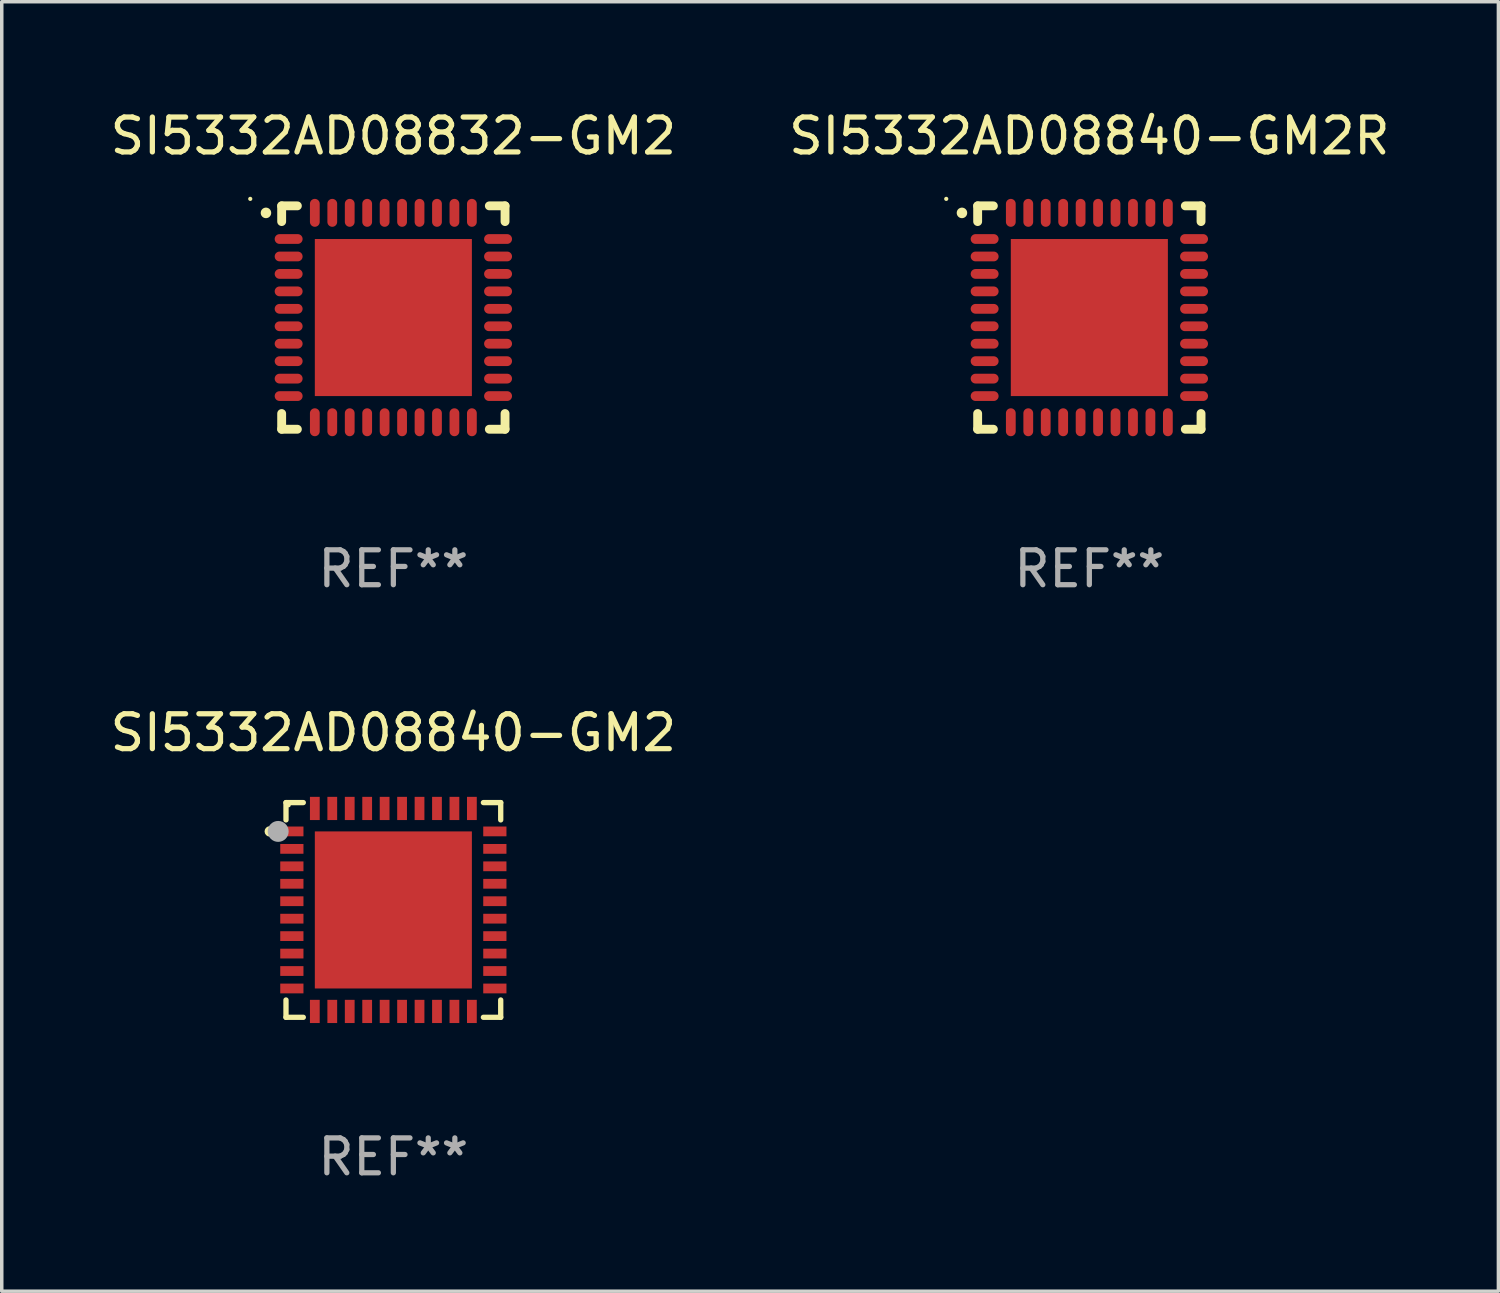
<source format=kicad_pcb>
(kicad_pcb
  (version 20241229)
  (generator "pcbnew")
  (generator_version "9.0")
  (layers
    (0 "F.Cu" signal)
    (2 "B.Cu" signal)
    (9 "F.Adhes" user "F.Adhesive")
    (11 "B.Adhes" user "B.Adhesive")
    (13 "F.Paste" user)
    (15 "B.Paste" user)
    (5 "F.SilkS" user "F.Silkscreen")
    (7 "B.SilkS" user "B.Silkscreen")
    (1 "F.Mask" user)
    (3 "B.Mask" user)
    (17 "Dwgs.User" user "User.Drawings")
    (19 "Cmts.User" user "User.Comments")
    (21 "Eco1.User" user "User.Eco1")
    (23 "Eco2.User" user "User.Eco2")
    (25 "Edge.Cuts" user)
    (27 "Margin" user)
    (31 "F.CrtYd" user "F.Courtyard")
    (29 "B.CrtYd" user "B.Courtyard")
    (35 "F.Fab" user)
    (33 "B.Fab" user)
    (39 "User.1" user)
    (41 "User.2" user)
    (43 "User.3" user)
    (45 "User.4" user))
  (footprint "SI5332AD08840-GM2R"
    (layer "F.Cu")
    (at 28.161 6.048)
    (property "Reference" "SI5332AD08840-GM2R" (at 0 -5.2 0) (layer "F.SilkS") (effects (font (size 1 1) (thickness 0.15))))
    (attr through_hole)
    (fp_line (start -3.2 -3.2) (end -2.75 -3.2) (stroke (width 0.254) (type solid)) (layer "F.SilkS"))
    (fp_line (start -3.2 -2.75) (end -3.2 -3.2) (stroke (width 0.254) (type solid)) (layer "F.SilkS"))
    (fp_line (start -3.2 3.2) (end -3.2 2.75) (stroke (width 0.254) (type solid)) (layer "F.SilkS"))
    (fp_line (start -2.75 3.2) (end -3.2 3.2) (stroke (width 0.254) (type solid)) (layer "F.SilkS"))
    (fp_line (start 2.75 3.2) (end 3.2 3.2) (stroke (width 0.254) (type solid)) (layer "F.SilkS"))
    (fp_line (start 3.2 -3.2) (end 2.75 -3.2) (stroke (width 0.254) (type solid)) (layer "F.SilkS"))
    (fp_line (start 3.2 -2.75) (end 3.2 -3.2) (stroke (width 0.254) (type solid)) (layer "F.SilkS"))
    (fp_line (start 3.2 3.2) (end 3.2 2.75) (stroke (width 0.254) (type solid)) (layer "F.SilkS"))
    (fp_arc (start -3.649987 -2.997206) (mid -3.649992 -2.998476) (end -3.649987 -2.999746) (stroke (width 0.3) (type solid)) (layer "F.SilkS"))
    (fp_circle (center -4.1 -3.4) (end -4.07 -3.4) (stroke (width 0.06) (type solid)) (fill no) (layer "F.SilkS"))
    (fp_text user "REF**" (at 0 7.2 0) (layer "F.Fab") (effects (font (size 1 1) (thickness 0.15))))
    (pad "1" smd oval (at -3 -2.25 90) (size 0.28 0.8) (layers "F.Cu" "F.Mask" "F.Paste"))
    (pad "2" smd oval (at -3 -1.75 90) (size 0.28 0.8) (layers "F.Cu" "F.Mask" "F.Paste"))
    (pad "3" smd oval (at -3 -1.25 90) (size 0.28 0.8) (layers "F.Cu" "F.Mask" "F.Paste"))
    (pad "4" smd oval (at -3 -0.75 90) (size 0.28 0.8) (layers "F.Cu" "F.Mask" "F.Paste"))
    (pad "5" smd oval (at -3 -0.25 90) (size 0.28 0.8) (layers "F.Cu" "F.Mask" "F.Paste"))
    (pad "6" smd oval (at -3 0.25 90) (size 0.28 0.8) (layers "F.Cu" "F.Mask" "F.Paste"))
    (pad "7" smd oval (at -3 0.75 90) (size 0.28 0.8) (layers "F.Cu" "F.Mask" "F.Paste"))
    (pad "8" smd oval (at -3 1.25 90) (size 0.28 0.8) (layers "F.Cu" "F.Mask" "F.Paste"))
    (pad "9" smd oval (at -3 1.75 90) (size 0.28 0.8) (layers "F.Cu" "F.Mask" "F.Paste"))
    (pad "10" smd oval (at -3 2.25 90) (size 0.28 0.8) (layers "F.Cu" "F.Mask" "F.Paste"))
    (pad "11" smd oval (at -2.25 3) (size 0.28 0.8) (layers "F.Cu" "F.Mask" "F.Paste"))
    (pad "12" smd oval (at -1.75 3) (size 0.28 0.8) (layers "F.Cu" "F.Mask" "F.Paste"))
    (pad "13" smd oval (at -1.25 3) (size 0.28 0.8) (layers "F.Cu" "F.Mask" "F.Paste"))
    (pad "14" smd oval (at -0.75 3) (size 0.28 0.8) (layers "F.Cu" "F.Mask" "F.Paste"))
    (pad "15" smd oval (at -0.25 3) (size 0.28 0.8) (layers "F.Cu" "F.Mask" "F.Paste"))
    (pad "16" smd oval (at 0.25 3) (size 0.28 0.8) (layers "F.Cu" "F.Mask" "F.Paste"))
    (pad "17" smd oval (at 0.75 3) (size 0.28 0.8) (layers "F.Cu" "F.Mask" "F.Paste"))
    (pad "18" smd oval (at 1.25 3) (size 0.28 0.8) (layers "F.Cu" "F.Mask" "F.Paste"))
    (pad "19" smd oval (at 1.75 3) (size 0.28 0.8) (layers "F.Cu" "F.Mask" "F.Paste"))
    (pad "20" smd oval (at 2.25 3) (size 0.28 0.8) (layers "F.Cu" "F.Mask" "F.Paste"))
    (pad "21" smd oval (at 3 2.25 90) (size 0.28 0.8) (layers "F.Cu" "F.Mask" "F.Paste"))
    (pad "22" smd oval (at 3 1.75 90) (size 0.28 0.8) (layers "F.Cu" "F.Mask" "F.Paste"))
    (pad "23" smd oval (at 3 1.25 90) (size 0.28 0.8) (layers "F.Cu" "F.Mask" "F.Paste"))
    (pad "24" smd oval (at 3 0.75 90) (size 0.28 0.8) (layers "F.Cu" "F.Mask" "F.Paste"))
    (pad "25" smd oval (at 3 0.25 90) (size 0.28 0.8) (layers "F.Cu" "F.Mask" "F.Paste"))
    (pad "26" smd oval (at 3 -0.25 90) (size 0.28 0.8) (layers "F.Cu" "F.Mask" "F.Paste"))
    (pad "27" smd oval (at 3 -0.75 90) (size 0.28 0.8) (layers "F.Cu" "F.Mask" "F.Paste"))
    (pad "28" smd oval (at 3 -1.25 90) (size 0.28 0.8) (layers "F.Cu" "F.Mask" "F.Paste"))
    (pad "29" smd oval (at 3 -1.75 90) (size 0.28 0.8) (layers "F.Cu" "F.Mask" "F.Paste"))
    (pad "30" smd oval (at 3 -2.25 90) (size 0.28 0.8) (layers "F.Cu" "F.Mask" "F.Paste"))
    (pad "31" smd oval (at 2.25 -3) (size 0.28 0.8) (layers "F.Cu" "F.Mask" "F.Paste"))
    (pad "32" smd oval (at 1.75 -3) (size 0.28 0.8) (layers "F.Cu" "F.Mask" "F.Paste"))
    (pad "33" smd oval (at 1.25 -3) (size 0.28 0.8) (layers "F.Cu" "F.Mask" "F.Paste"))
    (pad "34" smd oval (at 0.75 -3) (size 0.28 0.8) (layers "F.Cu" "F.Mask" "F.Paste"))
    (pad "35" smd oval (at 0.25 -3) (size 0.28 0.8) (layers "F.Cu" "F.Mask" "F.Paste"))
    (pad "36" smd oval (at -0.25 -3) (size 0.28 0.8) (layers "F.Cu" "F.Mask" "F.Paste"))
    (pad "37" smd oval (at -0.75 -3) (size 0.28 0.8) (layers "F.Cu" "F.Mask" "F.Paste"))
    (pad "38" smd oval (at -1.25 -3) (size 0.28 0.8) (layers "F.Cu" "F.Mask" "F.Paste"))
    (pad "39" smd oval (at -1.75 -3) (size 0.28 0.8) (layers "F.Cu" "F.Mask" "F.Paste"))
    (pad "40" smd oval (at -2.25 -3) (size 0.28 0.8) (layers "F.Cu" "F.Mask" "F.Paste"))
    (pad "41" smd rect (at 0 0) (size 4.5 4.5) (layers "F.Cu" "F.Mask" "F.Paste")))
  (footprint "SI5332AD08840-GM2"
    (layer "F.Cu")
    (at 8.22 23.021)
    (property "Reference" "SI5332AD08840-GM2" (at 0 -5.076 0) (layer "F.SilkS") (effects (font (size 1 1) (thickness 0.15))))
    (attr through_hole)
    (fp_line (start -3.076 -3.076) (end -3.076 -2.58) (stroke (width 0.152) (type solid)) (layer "F.SilkS"))
    (fp_line (start -3.076 3.076) (end -3.076 2.58) (stroke (width 0.152) (type solid)) (layer "F.SilkS"))
    (fp_line (start -2.58 -3.076) (end -3.076 -3.076) (stroke (width 0.152) (type solid)) (layer "F.SilkS"))
    (fp_line (start -2.58 3.076) (end -3.076 3.076) (stroke (width 0.152) (type solid)) (layer "F.SilkS"))
    (fp_line (start 2.58 -3.076) (end 3.076 -3.076) (stroke (width 0.152) (type solid)) (layer "F.SilkS"))
    (fp_line (start 2.58 3.076) (end 3.076 3.076) (stroke (width 0.152) (type solid)) (layer "F.SilkS"))
    (fp_line (start 3.076 -3.076) (end 3.076 -2.58) (stroke (width 0.152) (type solid)) (layer "F.SilkS"))
    (fp_line (start 3.076 3.076) (end 3.076 2.58) (stroke (width 0.152) (type solid)) (layer "F.SilkS"))
    (fp_circle (center -3.54 -2.25) (end -3.465 -2.25) (stroke (width 0.15) (type solid)) (fill no) (layer "F.SilkS"))
    (fp_circle (center -3 -3) (end -2.97 -3) (stroke (width 0.06) (type solid)) (fill no) (layer "F.SilkS"))
    (fp_circle (center -3.3 -2.25) (end -3.15 -2.25) (stroke (width 0.3) (type solid)) (fill no) (layer "F.Fab"))
    (fp_text user "REF**" (at 0 7.076 0) (layer "F.Fab") (effects (font (size 1 1) (thickness 0.15))))
    (pad "1" smd rect (at -2.908 -2.25) (size 0.665 0.28) (layers "F.Cu" "F.Mask" "F.Paste"))
    (pad "2" smd rect (at -2.908 -1.75) (size 0.665 0.28) (layers "F.Cu" "F.Mask" "F.Paste"))
    (pad "3" smd rect (at -2.908 -1.25) (size 0.665 0.28) (layers "F.Cu" "F.Mask" "F.Paste"))
    (pad "4" smd rect (at -2.908 -0.75) (size 0.665 0.28) (layers "F.Cu" "F.Mask" "F.Paste"))
    (pad "5" smd rect (at -2.908 -0.25) (size 0.665 0.28) (layers "F.Cu" "F.Mask" "F.Paste"))
    (pad "6" smd rect (at -2.908 0.25) (size 0.665 0.28) (layers "F.Cu" "F.Mask" "F.Paste"))
    (pad "7" smd rect (at -2.908 0.75) (size 0.665 0.28) (layers "F.Cu" "F.Mask" "F.Paste"))
    (pad "8" smd rect (at -2.908 1.25) (size 0.665 0.28) (layers "F.Cu" "F.Mask" "F.Paste"))
    (pad "9" smd rect (at -2.908 1.75) (size 0.665 0.28) (layers "F.Cu" "F.Mask" "F.Paste"))
    (pad "10" smd rect (at -2.908 2.25) (size 0.665 0.28) (layers "F.Cu" "F.Mask" "F.Paste"))
    (pad "11" smd rect (at -2.25 2.908) (size 0.28 0.665) (layers "F.Cu" "F.Mask" "F.Paste"))
    (pad "12" smd rect (at -1.75 2.908) (size 0.28 0.665) (layers "F.Cu" "F.Mask" "F.Paste"))
    (pad "13" smd rect (at -1.25 2.908) (size 0.28 0.665) (layers "F.Cu" "F.Mask" "F.Paste"))
    (pad "14" smd rect (at -0.75 2.908) (size 0.28 0.665) (layers "F.Cu" "F.Mask" "F.Paste"))
    (pad "15" smd rect (at -0.25 2.908) (size 0.28 0.665) (layers "F.Cu" "F.Mask" "F.Paste"))
    (pad "16" smd rect (at 0.25 2.908) (size 0.28 0.665) (layers "F.Cu" "F.Mask" "F.Paste"))
    (pad "17" smd rect (at 0.75 2.908) (size 0.28 0.665) (layers "F.Cu" "F.Mask" "F.Paste"))
    (pad "18" smd rect (at 1.25 2.908) (size 0.28 0.665) (layers "F.Cu" "F.Mask" "F.Paste"))
    (pad "19" smd rect (at 1.75 2.908) (size 0.28 0.665) (layers "F.Cu" "F.Mask" "F.Paste"))
    (pad "20" smd rect (at 2.25 2.908) (size 0.28 0.665) (layers "F.Cu" "F.Mask" "F.Paste"))
    (pad "21" smd rect (at 2.908 2.25) (size 0.665 0.28) (layers "F.Cu" "F.Mask" "F.Paste"))
    (pad "22" smd rect (at 2.908 1.75) (size 0.665 0.28) (layers "F.Cu" "F.Mask" "F.Paste"))
    (pad "23" smd rect (at 2.908 1.25) (size 0.665 0.28) (layers "F.Cu" "F.Mask" "F.Paste"))
    (pad "24" smd rect (at 2.908 0.75) (size 0.665 0.28) (layers "F.Cu" "F.Mask" "F.Paste"))
    (pad "25" smd rect (at 2.908 0.25) (size 0.665 0.28) (layers "F.Cu" "F.Mask" "F.Paste"))
    (pad "26" smd rect (at 2.908 -0.25) (size 0.665 0.28) (layers "F.Cu" "F.Mask" "F.Paste"))
    (pad "27" smd rect (at 2.908 -0.75) (size 0.665 0.28) (layers "F.Cu" "F.Mask" "F.Paste"))
    (pad "28" smd rect (at 2.908 -1.25) (size 0.665 0.28) (layers "F.Cu" "F.Mask" "F.Paste"))
    (pad "29" smd rect (at 2.908 -1.75) (size 0.665 0.28) (layers "F.Cu" "F.Mask" "F.Paste"))
    (pad "30" smd rect (at 2.908 -2.25) (size 0.665 0.28) (layers "F.Cu" "F.Mask" "F.Paste"))
    (pad "31" smd rect (at 2.25 -2.908) (size 0.28 0.665) (layers "F.Cu" "F.Mask" "F.Paste"))
    (pad "32" smd rect (at 1.75 -2.908) (size 0.28 0.665) (layers "F.Cu" "F.Mask" "F.Paste"))
    (pad "33" smd rect (at 1.25 -2.908) (size 0.28 0.665) (layers "F.Cu" "F.Mask" "F.Paste"))
    (pad "34" smd rect (at 0.75 -2.908) (size 0.28 0.665) (layers "F.Cu" "F.Mask" "F.Paste"))
    (pad "35" smd rect (at 0.25 -2.908) (size 0.28 0.665) (layers "F.Cu" "F.Mask" "F.Paste"))
    (pad "36" smd rect (at -0.25 -2.908) (size 0.28 0.665) (layers "F.Cu" "F.Mask" "F.Paste"))
    (pad "37" smd rect (at -0.75 -2.908) (size 0.28 0.665) (layers "F.Cu" "F.Mask" "F.Paste"))
    (pad "38" smd rect (at -1.25 -2.908) (size 0.28 0.665) (layers "F.Cu" "F.Mask" "F.Paste"))
    (pad "39" smd rect (at -1.75 -2.908) (size 0.28 0.665) (layers "F.Cu" "F.Mask" "F.Paste"))
    (pad "40" smd rect (at -2.25 -2.908) (size 0.28 0.665) (layers "F.Cu" "F.Mask" "F.Paste"))
    (pad "41" smd rect (at 0 0) (size 4.5 4.5) (layers "F.Cu" "F.Mask" "F.Paste")))
  (footprint "SI5332AD08832-GM2"
    (layer "F.Cu")
    (at 8.22 6.048)
    (property "Reference" "SI5332AD08832-GM2" (at 0 -5.2 0) (layer "F.SilkS") (effects (font (size 1 1) (thickness 0.15))))
    (attr through_hole)
    (fp_line (start -3.2 -3.2) (end -2.75 -3.2) (stroke (width 0.254) (type solid)) (layer "F.SilkS"))
    (fp_line (start -3.2 -2.75) (end -3.2 -3.2) (stroke (width 0.254) (type solid)) (layer "F.SilkS"))
    (fp_line (start -3.2 3.2) (end -3.2 2.75) (stroke (width 0.254) (type solid)) (layer "F.SilkS"))
    (fp_line (start -2.75 3.2) (end -3.2 3.2) (stroke (width 0.254) (type solid)) (layer "F.SilkS"))
    (fp_line (start 2.75 3.2) (end 3.2 3.2) (stroke (width 0.254) (type solid)) (layer "F.SilkS"))
    (fp_line (start 3.2 -3.2) (end 2.75 -3.2) (stroke (width 0.254) (type solid)) (layer "F.SilkS"))
    (fp_line (start 3.2 -2.75) (end 3.2 -3.2) (stroke (width 0.254) (type solid)) (layer "F.SilkS"))
    (fp_line (start 3.2 3.2) (end 3.2 2.75) (stroke (width 0.254) (type solid)) (layer "F.SilkS"))
    (fp_arc (start -3.649987 -2.997206) (mid -3.649992 -2.998476) (end -3.649987 -2.999746) (stroke (width 0.3) (type solid)) (layer "F.SilkS"))
    (fp_circle (center -4.1 -3.4) (end -4.07 -3.4) (stroke (width 0.06) (type solid)) (fill no) (layer "F.SilkS"))
    (fp_text user "REF**" (at 0 7.2 0) (layer "F.Fab") (effects (font (size 1 1) (thickness 0.15))))
    (pad "1" smd oval (at -3 -2.25 90) (size 0.28 0.8) (layers "F.Cu" "F.Mask" "F.Paste"))
    (pad "2" smd oval (at -3 -1.75 90) (size 0.28 0.8) (layers "F.Cu" "F.Mask" "F.Paste"))
    (pad "3" smd oval (at -3 -1.25 90) (size 0.28 0.8) (layers "F.Cu" "F.Mask" "F.Paste"))
    (pad "4" smd oval (at -3 -0.75 90) (size 0.28 0.8) (layers "F.Cu" "F.Mask" "F.Paste"))
    (pad "5" smd oval (at -3 -0.25 90) (size 0.28 0.8) (layers "F.Cu" "F.Mask" "F.Paste"))
    (pad "6" smd oval (at -3 0.25 90) (size 0.28 0.8) (layers "F.Cu" "F.Mask" "F.Paste"))
    (pad "7" smd oval (at -3 0.75 90) (size 0.28 0.8) (layers "F.Cu" "F.Mask" "F.Paste"))
    (pad "8" smd oval (at -3 1.25 90) (size 0.28 0.8) (layers "F.Cu" "F.Mask" "F.Paste"))
    (pad "9" smd oval (at -3 1.75 90) (size 0.28 0.8) (layers "F.Cu" "F.Mask" "F.Paste"))
    (pad "10" smd oval (at -3 2.25 90) (size 0.28 0.8) (layers "F.Cu" "F.Mask" "F.Paste"))
    (pad "11" smd oval (at -2.25 3) (size 0.28 0.8) (layers "F.Cu" "F.Mask" "F.Paste"))
    (pad "12" smd oval (at -1.75 3) (size 0.28 0.8) (layers "F.Cu" "F.Mask" "F.Paste"))
    (pad "13" smd oval (at -1.25 3) (size 0.28 0.8) (layers "F.Cu" "F.Mask" "F.Paste"))
    (pad "14" smd oval (at -0.75 3) (size 0.28 0.8) (layers "F.Cu" "F.Mask" "F.Paste"))
    (pad "15" smd oval (at -0.25 3) (size 0.28 0.8) (layers "F.Cu" "F.Mask" "F.Paste"))
    (pad "16" smd oval (at 0.25 3) (size 0.28 0.8) (layers "F.Cu" "F.Mask" "F.Paste"))
    (pad "17" smd oval (at 0.75 3) (size 0.28 0.8) (layers "F.Cu" "F.Mask" "F.Paste"))
    (pad "18" smd oval (at 1.25 3) (size 0.28 0.8) (layers "F.Cu" "F.Mask" "F.Paste"))
    (pad "19" smd oval (at 1.75 3) (size 0.28 0.8) (layers "F.Cu" "F.Mask" "F.Paste"))
    (pad "20" smd oval (at 2.25 3) (size 0.28 0.8) (layers "F.Cu" "F.Mask" "F.Paste"))
    (pad "21" smd oval (at 3 2.25 90) (size 0.28 0.8) (layers "F.Cu" "F.Mask" "F.Paste"))
    (pad "22" smd oval (at 3 1.75 90) (size 0.28 0.8) (layers "F.Cu" "F.Mask" "F.Paste"))
    (pad "23" smd oval (at 3 1.25 90) (size 0.28 0.8) (layers "F.Cu" "F.Mask" "F.Paste"))
    (pad "24" smd oval (at 3 0.75 90) (size 0.28 0.8) (layers "F.Cu" "F.Mask" "F.Paste"))
    (pad "25" smd oval (at 3 0.25 90) (size 0.28 0.8) (layers "F.Cu" "F.Mask" "F.Paste"))
    (pad "26" smd oval (at 3 -0.25 90) (size 0.28 0.8) (layers "F.Cu" "F.Mask" "F.Paste"))
    (pad "27" smd oval (at 3 -0.75 90) (size 0.28 0.8) (layers "F.Cu" "F.Mask" "F.Paste"))
    (pad "28" smd oval (at 3 -1.25 90) (size 0.28 0.8) (layers "F.Cu" "F.Mask" "F.Paste"))
    (pad "29" smd oval (at 3 -1.75 90) (size 0.28 0.8) (layers "F.Cu" "F.Mask" "F.Paste"))
    (pad "30" smd oval (at 3 -2.25 90) (size 0.28 0.8) (layers "F.Cu" "F.Mask" "F.Paste"))
    (pad "31" smd oval (at 2.25 -3) (size 0.28 0.8) (layers "F.Cu" "F.Mask" "F.Paste"))
    (pad "32" smd oval (at 1.75 -3) (size 0.28 0.8) (layers "F.Cu" "F.Mask" "F.Paste"))
    (pad "33" smd oval (at 1.25 -3) (size 0.28 0.8) (layers "F.Cu" "F.Mask" "F.Paste"))
    (pad "34" smd oval (at 0.75 -3) (size 0.28 0.8) (layers "F.Cu" "F.Mask" "F.Paste"))
    (pad "35" smd oval (at 0.25 -3) (size 0.28 0.8) (layers "F.Cu" "F.Mask" "F.Paste"))
    (pad "36" smd oval (at -0.25 -3) (size 0.28 0.8) (layers "F.Cu" "F.Mask" "F.Paste"))
    (pad "37" smd oval (at -0.75 -3) (size 0.28 0.8) (layers "F.Cu" "F.Mask" "F.Paste"))
    (pad "38" smd oval (at -1.25 -3) (size 0.28 0.8) (layers "F.Cu" "F.Mask" "F.Paste"))
    (pad "39" smd oval (at -1.75 -3) (size 0.28 0.8) (layers "F.Cu" "F.Mask" "F.Paste"))
    (pad "40" smd oval (at -2.25 -3) (size 0.28 0.8) (layers "F.Cu" "F.Mask" "F.Paste"))
    (pad "41" smd rect (at 0 0) (size 4.5 4.5) (layers "F.Cu" "F.Mask" "F.Paste")))
  (gr_rect
    (start -3 -3)
    (end 39.881 33.945)
    (stroke (width 0.1) (type default))
    (fill no)
    (layer "Edge.Cuts")))
</source>
